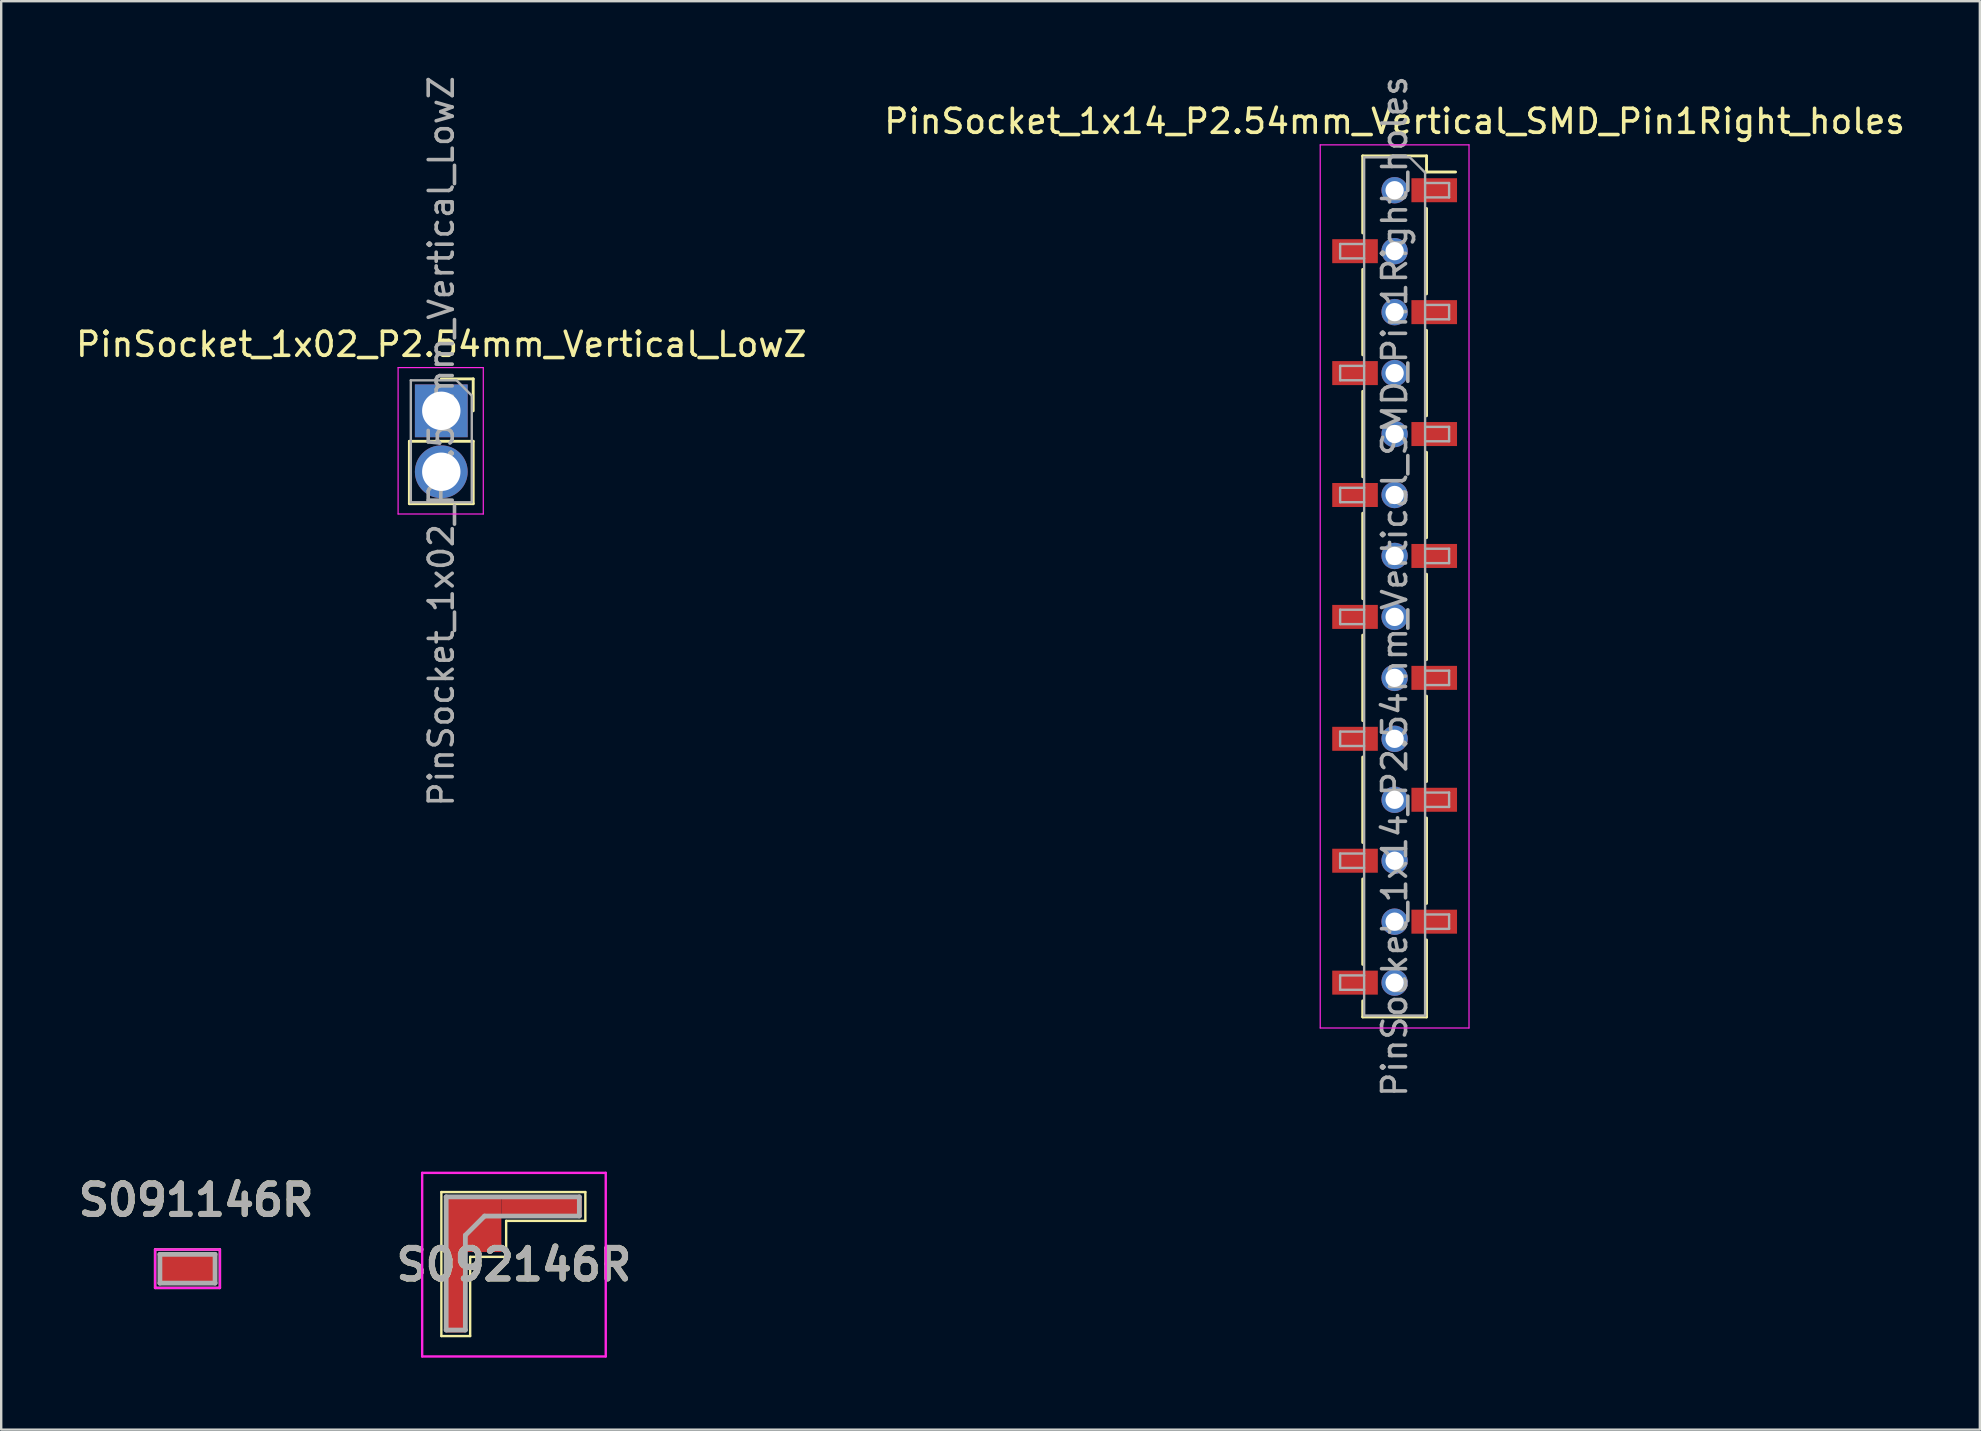
<source format=kicad_pcb>
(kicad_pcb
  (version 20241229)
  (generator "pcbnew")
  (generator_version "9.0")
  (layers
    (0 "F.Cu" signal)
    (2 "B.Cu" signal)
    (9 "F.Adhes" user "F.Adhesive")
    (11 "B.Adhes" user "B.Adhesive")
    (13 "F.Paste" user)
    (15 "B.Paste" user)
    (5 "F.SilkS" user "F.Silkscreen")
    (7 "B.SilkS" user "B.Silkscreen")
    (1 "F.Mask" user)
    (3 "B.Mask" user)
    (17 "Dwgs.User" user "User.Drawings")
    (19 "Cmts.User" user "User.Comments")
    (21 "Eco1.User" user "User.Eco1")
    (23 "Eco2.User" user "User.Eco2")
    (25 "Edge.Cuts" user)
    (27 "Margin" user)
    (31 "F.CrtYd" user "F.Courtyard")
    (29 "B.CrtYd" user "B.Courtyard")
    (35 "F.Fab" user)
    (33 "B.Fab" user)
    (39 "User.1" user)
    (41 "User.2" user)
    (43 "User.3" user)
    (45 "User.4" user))
  (footprint "PinSocket_1x14_P2.54mm_Vertical_SMD_Pin1Right_holes"
    (layer "F.Cu")
    (at 55.065 21.387)
    (property "Reference" "PinSocket_1x14_P2.54mm_Vertical_SMD_Pin1Right_holes" (at 0 -19.38 0) (layer "F.SilkS") (effects (font (size 1 1) (thickness 0.15))))
    (attr smd)
    (fp_line (start -1.33 -17.94) (end -1.33 -14.73) (stroke (width 0.12) (type solid)) (layer "F.SilkS"))
    (fp_line (start -1.33 -17.94) (end 1.33 -17.94) (stroke (width 0.12) (type solid)) (layer "F.SilkS"))
    (fp_line (start -1.33 -13.21) (end -1.33 -9.65) (stroke (width 0.12) (type solid)) (layer "F.SilkS"))
    (fp_line (start -1.33 -8.13) (end -1.33 -4.57) (stroke (width 0.12) (type solid)) (layer "F.SilkS"))
    (fp_line (start -1.33 -3.05) (end -1.33 0.51) (stroke (width 0.12) (type solid)) (layer "F.SilkS"))
    (fp_line (start -1.33 2.03) (end -1.33 5.59) (stroke (width 0.12) (type solid)) (layer "F.SilkS"))
    (fp_line (start -1.33 7.11) (end -1.33 10.67) (stroke (width 0.12) (type solid)) (layer "F.SilkS"))
    (fp_line (start -1.33 12.19) (end -1.33 15.75) (stroke (width 0.12) (type solid)) (layer "F.SilkS"))
    (fp_line (start -1.33 17.27) (end -1.33 17.94) (stroke (width 0.12) (type solid)) (layer "F.SilkS"))
    (fp_line (start -1.33 17.94) (end 1.33 17.94) (stroke (width 0.12) (type solid)) (layer "F.SilkS"))
    (fp_line (start 1.33 -17.94) (end 1.33 -17.27) (stroke (width 0.12) (type solid)) (layer "F.SilkS"))
    (fp_line (start 1.33 -17.27) (end 2.54 -17.27) (stroke (width 0.12) (type solid)) (layer "F.SilkS"))
    (fp_line (start 1.33 -15.75) (end 1.33 -12.19) (stroke (width 0.12) (type solid)) (layer "F.SilkS"))
    (fp_line (start 1.33 -10.67) (end 1.33 -7.11) (stroke (width 0.12) (type solid)) (layer "F.SilkS"))
    (fp_line (start 1.33 -5.59) (end 1.33 -2.03) (stroke (width 0.12) (type solid)) (layer "F.SilkS"))
    (fp_line (start 1.33 -0.51) (end 1.33 3.05) (stroke (width 0.12) (type solid)) (layer "F.SilkS"))
    (fp_line (start 1.33 4.57) (end 1.33 8.13) (stroke (width 0.12) (type solid)) (layer "F.SilkS"))
    (fp_line (start 1.33 9.65) (end 1.33 13.21) (stroke (width 0.12) (type solid)) (layer "F.SilkS"))
    (fp_line (start 1.33 14.73) (end 1.33 17.94) (stroke (width 0.12) (type solid)) (layer "F.SilkS"))
    (fp_line (start -3.1 -18.4) (end 3.1 -18.4) (stroke (width 0.05) (type solid)) (layer "F.CrtYd"))
    (fp_line (start -3.1 18.4) (end -3.1 -18.4) (stroke (width 0.05) (type solid)) (layer "F.CrtYd"))
    (fp_line (start 3.1 -18.4) (end 3.1 18.4) (stroke (width 0.05) (type solid)) (layer "F.CrtYd"))
    (fp_line (start 3.1 18.4) (end -3.1 18.4) (stroke (width 0.05) (type solid)) (layer "F.CrtYd"))
    (fp_line (start -2.27 -14.27) (end -1.27 -14.27) (stroke (width 0.1) (type solid)) (layer "F.Fab"))
    (fp_line (start -2.27 -13.67) (end -2.27 -14.27) (stroke (width 0.1) (type solid)) (layer "F.Fab"))
    (fp_line (start -2.27 -9.19) (end -1.27 -9.19) (stroke (width 0.1) (type solid)) (layer "F.Fab"))
    (fp_line (start -2.27 -8.59) (end -2.27 -9.19) (stroke (width 0.1) (type solid)) (layer "F.Fab"))
    (fp_line (start -2.27 -4.11) (end -1.27 -4.11) (stroke (width 0.1) (type solid)) (layer "F.Fab"))
    (fp_line (start -2.27 -3.51) (end -2.27 -4.11) (stroke (width 0.1) (type solid)) (layer "F.Fab"))
    (fp_line (start -2.27 0.97) (end -1.27 0.97) (stroke (width 0.1) (type solid)) (layer "F.Fab"))
    (fp_line (start -2.27 1.57) (end -2.27 0.97) (stroke (width 0.1) (type solid)) (layer "F.Fab"))
    (fp_line (start -2.27 6.05) (end -1.27 6.05) (stroke (width 0.1) (type solid)) (layer "F.Fab"))
    (fp_line (start -2.27 6.65) (end -2.27 6.05) (stroke (width 0.1) (type solid)) (layer "F.Fab"))
    (fp_line (start -2.27 11.13) (end -1.27 11.13) (stroke (width 0.1) (type solid)) (layer "F.Fab"))
    (fp_line (start -2.27 11.73) (end -2.27 11.13) (stroke (width 0.1) (type solid)) (layer "F.Fab"))
    (fp_line (start -2.27 16.21) (end -1.27 16.21) (stroke (width 0.1) (type solid)) (layer "F.Fab"))
    (fp_line (start -2.27 16.81) (end -2.27 16.21) (stroke (width 0.1) (type solid)) (layer "F.Fab"))
    (fp_line (start -1.27 -17.88) (end 0.635 -17.88) (stroke (width 0.1) (type solid)) (layer "F.Fab"))
    (fp_line (start -1.27 -13.67) (end -2.27 -13.67) (stroke (width 0.1) (type solid)) (layer "F.Fab"))
    (fp_line (start -1.27 -8.59) (end -2.27 -8.59) (stroke (width 0.1) (type solid)) (layer "F.Fab"))
    (fp_line (start -1.27 -3.51) (end -2.27 -3.51) (stroke (width 0.1) (type solid)) (layer "F.Fab"))
    (fp_line (start -1.27 1.57) (end -2.27 1.57) (stroke (width 0.1) (type solid)) (layer "F.Fab"))
    (fp_line (start -1.27 6.65) (end -2.27 6.65) (stroke (width 0.1) (type solid)) (layer "F.Fab"))
    (fp_line (start -1.27 11.73) (end -2.27 11.73) (stroke (width 0.1) (type solid)) (layer "F.Fab"))
    (fp_line (start -1.27 16.81) (end -2.27 16.81) (stroke (width 0.1) (type solid)) (layer "F.Fab"))
    (fp_line (start -1.27 17.88) (end -1.27 -17.88) (stroke (width 0.1) (type solid)) (layer "F.Fab"))
    (fp_line (start 0.635 -17.88) (end 1.27 -17.245) (stroke (width 0.1) (type solid)) (layer "F.Fab"))
    (fp_line (start 1.27 -17.245) (end 1.27 17.88) (stroke (width 0.1) (type solid)) (layer "F.Fab"))
    (fp_line (start 1.27 -16.81) (end 2.27 -16.81) (stroke (width 0.1) (type solid)) (layer "F.Fab"))
    (fp_line (start 1.27 -11.73) (end 2.27 -11.73) (stroke (width 0.1) (type solid)) (layer "F.Fab"))
    (fp_line (start 1.27 -6.65) (end 2.27 -6.65) (stroke (width 0.1) (type solid)) (layer "F.Fab"))
    (fp_line (start 1.27 -1.57) (end 2.27 -1.57) (stroke (width 0.1) (type solid)) (layer "F.Fab"))
    (fp_line (start 1.27 3.51) (end 2.27 3.51) (stroke (width 0.1) (type solid)) (layer "F.Fab"))
    (fp_line (start 1.27 8.59) (end 2.27 8.59) (stroke (width 0.1) (type solid)) (layer "F.Fab"))
    (fp_line (start 1.27 13.67) (end 2.27 13.67) (stroke (width 0.1) (type solid)) (layer "F.Fab"))
    (fp_line (start 1.27 17.88) (end -1.27 17.88) (stroke (width 0.1) (type solid)) (layer "F.Fab"))
    (fp_line (start 2.27 -16.81) (end 2.27 -16.21) (stroke (width 0.1) (type solid)) (layer "F.Fab"))
    (fp_line (start 2.27 -16.21) (end 1.27 -16.21) (stroke (width 0.1) (type solid)) (layer "F.Fab"))
    (fp_line (start 2.27 -11.73) (end 2.27 -11.13) (stroke (width 0.1) (type solid)) (layer "F.Fab"))
    (fp_line (start 2.27 -11.13) (end 1.27 -11.13) (stroke (width 0.1) (type solid)) (layer "F.Fab"))
    (fp_line (start 2.27 -6.65) (end 2.27 -6.05) (stroke (width 0.1) (type solid)) (layer "F.Fab"))
    (fp_line (start 2.27 -6.05) (end 1.27 -6.05) (stroke (width 0.1) (type solid)) (layer "F.Fab"))
    (fp_line (start 2.27 -1.57) (end 2.27 -0.97) (stroke (width 0.1) (type solid)) (layer "F.Fab"))
    (fp_line (start 2.27 -0.97) (end 1.27 -0.97) (stroke (width 0.1) (type solid)) (layer "F.Fab"))
    (fp_line (start 2.27 3.51) (end 2.27 4.11) (stroke (width 0.1) (type solid)) (layer "F.Fab"))
    (fp_line (start 2.27 4.11) (end 1.27 4.11) (stroke (width 0.1) (type solid)) (layer "F.Fab"))
    (fp_line (start 2.27 8.59) (end 2.27 9.19) (stroke (width 0.1) (type solid)) (layer "F.Fab"))
    (fp_line (start 2.27 9.19) (end 1.27 9.19) (stroke (width 0.1) (type solid)) (layer "F.Fab"))
    (fp_line (start 2.27 13.67) (end 2.27 14.27) (stroke (width 0.1) (type solid)) (layer "F.Fab"))
    (fp_line (start 2.27 14.27) (end 1.27 14.27) (stroke (width 0.1) (type solid)) (layer "F.Fab"))
    (fp_text user "${REFERENCE}" (at 0 0 90) (layer "F.Fab") (effects (font (size 1 1) (thickness 0.15))))
    (pad "" np_thru_hole circle (at 0 -16.51) (size 1.1 1.1) (drill 0.762) (layers "*.Cu" "*.Mask"))
    (pad "" np_thru_hole circle (at 0 -13.97) (size 1.1 1.1) (drill 0.762) (layers "*.Cu" "*.Mask"))
    (pad "" np_thru_hole circle (at 0 -11.43) (size 1.1 1.1) (drill 0.762) (layers "*.Cu" "*.Mask"))
    (pad "" np_thru_hole circle (at 0 -8.89) (size 1.1 1.1) (drill 0.762) (layers "*.Cu" "*.Mask"))
    (pad "" np_thru_hole circle (at 0 -6.35) (size 1.1 1.1) (drill 0.762) (layers "*.Cu" "*.Mask"))
    (pad "" np_thru_hole circle (at 0 -3.81) (size 1.1 1.1) (drill 0.762) (layers "*.Cu" "*.Mask"))
    (pad "" np_thru_hole circle (at 0 -1.27) (size 1.1 1.1) (drill 0.762) (layers "*.Cu" "*.Mask"))
    (pad "" np_thru_hole circle (at 0 1.27) (size 1.1 1.1) (drill 0.762) (layers "*.Cu" "*.Mask"))
    (pad "" np_thru_hole circle (at 0 3.81) (size 1.1 1.1) (drill 0.762) (layers "*.Cu" "*.Mask"))
    (pad "" np_thru_hole circle (at 0 6.35) (size 1.1 1.1) (drill 0.762) (layers "*.Cu" "*.Mask"))
    (pad "" np_thru_hole circle (at 0 8.89) (size 1.1 1.1) (drill 0.762) (layers "*.Cu" "*.Mask"))
    (pad "" np_thru_hole circle (at 0 11.43) (size 1.1 1.1) (drill 0.762) (layers "*.Cu" "*.Mask"))
    (pad "" np_thru_hole circle (at 0 13.97) (size 1.1 1.1) (drill 0.762) (layers "*.Cu" "*.Mask"))
    (pad "" np_thru_hole circle (at 0 16.51) (size 1.1 1.1) (drill 0.762) (layers "*.Cu" "*.Mask"))
    (pad "1" smd rect (at 1.65 -16.51) (size 1.9 1) (layers "F.Cu" "F.Mask" "F.Paste"))
    (pad "2" smd rect (at -1.65 -13.97) (size 1.9 1) (layers "F.Cu" "F.Mask" "F.Paste"))
    (pad "3" smd rect (at 1.65 -11.43) (size 1.9 1) (layers "F.Cu" "F.Mask" "F.Paste"))
    (pad "4" smd rect (at -1.65 -8.89) (size 1.9 1) (layers "F.Cu" "F.Mask" "F.Paste"))
    (pad "5" smd rect (at 1.65 -6.35) (size 1.9 1) (layers "F.Cu" "F.Mask" "F.Paste"))
    (pad "6" smd rect (at -1.65 -3.81) (size 1.9 1) (layers "F.Cu" "F.Mask" "F.Paste"))
    (pad "7" smd rect (at 1.65 -1.27) (size 1.9 1) (layers "F.Cu" "F.Mask" "F.Paste"))
    (pad "8" smd rect (at -1.65 1.27) (size 1.9 1) (layers "F.Cu" "F.Mask" "F.Paste"))
    (pad "9" smd rect (at 1.65 3.81) (size 1.9 1) (layers "F.Cu" "F.Mask" "F.Paste"))
    (pad "10" smd rect (at -1.65 6.35) (size 1.9 1) (layers "F.Cu" "F.Mask" "F.Paste"))
    (pad "11" smd rect (at 1.65 8.89) (size 1.9 1) (layers "F.Cu" "F.Mask" "F.Paste"))
    (pad "12" smd rect (at -1.65 11.43) (size 1.9 1) (layers "F.Cu" "F.Mask" "F.Paste"))
    (pad "13" smd rect (at 1.65 13.97) (size 1.9 1) (layers "F.Cu" "F.Mask" "F.Paste"))
    (pad "14" smd rect (at -1.65 16.51) (size 1.9 1) (layers "F.Cu" "F.Mask" "F.Paste")))
  (footprint "PinSocket_1x02_P2.54mm_Vertical_LowZ"
    (layer "F.Cu")
    (at 15.339 14.069)
    (property "Reference" "PinSocket_1x02_P2.54mm_Vertical_LowZ" (at 0 -2.77 0) (layer "F.SilkS") (effects (font (size 1 1) (thickness 0.15))))
    (attr through_hole)
    (fp_line (start -1.33 1.27) (end -1.33 3.87) (stroke (width 0.12) (type solid)) (layer "F.SilkS"))
    (fp_line (start -1.33 1.27) (end 1.33 1.27) (stroke (width 0.12) (type solid)) (layer "F.SilkS"))
    (fp_line (start -1.33 3.87) (end 1.33 3.87) (stroke (width 0.12) (type solid)) (layer "F.SilkS"))
    (fp_line (start 0 -1.33) (end 1.33 -1.33) (stroke (width 0.12) (type solid)) (layer "F.SilkS"))
    (fp_line (start 1.33 -1.33) (end 1.33 0) (stroke (width 0.12) (type solid)) (layer "F.SilkS"))
    (fp_line (start 1.33 1.27) (end 1.33 3.87) (stroke (width 0.12) (type solid)) (layer "F.SilkS"))
    (fp_line (start -1.8 -1.8) (end 1.75 -1.8) (stroke (width 0.05) (type solid)) (layer "F.CrtYd"))
    (fp_line (start -1.8 4.3) (end -1.8 -1.8) (stroke (width 0.05) (type solid)) (layer "F.CrtYd"))
    (fp_line (start 1.75 -1.8) (end 1.75 4.3) (stroke (width 0.05) (type solid)) (layer "F.CrtYd"))
    (fp_line (start 1.75 4.3) (end -1.8 4.3) (stroke (width 0.05) (type solid)) (layer "F.CrtYd"))
    (fp_line (start -1.27 -1.27) (end 0.635 -1.27) (stroke (width 0.1) (type solid)) (layer "F.Fab"))
    (fp_line (start -1.27 3.81) (end -1.27 -1.27) (stroke (width 0.1) (type solid)) (layer "F.Fab"))
    (fp_line (start 0.635 -1.27) (end 1.27 -0.635) (stroke (width 0.1) (type solid)) (layer "F.Fab"))
    (fp_line (start 1.27 -0.635) (end 1.27 3.81) (stroke (width 0.1) (type solid)) (layer "F.Fab"))
    (fp_line (start 1.27 3.81) (end -1.27 3.81) (stroke (width 0.1) (type solid)) (layer "F.Fab"))
    (fp_text user "${REFERENCE}" (at 0 1.27 90) (layer "F.Fab") (effects (font (size 1 1) (thickness 0.15))))
    (pad "1" thru_hole rect (at 0 0) (size 2.2 2.2) (drill 1.6) (layers "*.Cu" "*.Mask"))
    (pad "2" thru_hole oval (at 0 2.54) (size 2.2 2.2) (drill 1.6) (layers "*.Cu" "*.Mask")))
  (footprint "S091146R"
    (layer "F.Cu")
    (at 4.763 49.819)
    (property "Reference" "S091146R" (at 0.359 -2.856 0) (layer "F.SilkS") (effects (font (size 1.27 1.27) (thickness 0.254))))
    (attr smd)
    (fp_line (start -1.35 -0.8) (end 1.35 -0.8) (stroke (width 0.1) (type solid)) (layer "F.SilkS"))
    (fp_line (start -1.35 0.8) (end -1.35 -0.8) (stroke (width 0.1) (type solid)) (layer "F.SilkS"))
    (fp_line (start 1.35 -0.8) (end 1.35 0.8) (stroke (width 0.1) (type solid)) (layer "F.SilkS"))
    (fp_line (start 1.35 0.8) (end -1.35 0.8) (stroke (width 0.1) (type solid)) (layer "F.SilkS"))
    (fp_line (start -1.35 -0.8) (end 1.35 -0.8) (stroke (width 0.1) (type solid)) (layer "F.CrtYd"))
    (fp_line (start -1.35 0.8) (end -1.35 -0.8) (stroke (width 0.1) (type solid)) (layer "F.CrtYd"))
    (fp_line (start 1.35 -0.8) (end 1.35 0.8) (stroke (width 0.1) (type solid)) (layer "F.CrtYd"))
    (fp_line (start 1.35 0.8) (end -1.35 0.8) (stroke (width 0.1) (type solid)) (layer "F.CrtYd"))
    (fp_line (start -1.15 -0.6) (end 1.15 -0.6) (stroke (width 0.2) (type solid)) (layer "F.Fab"))
    (fp_line (start -1.15 0.6) (end -1.15 -0.6) (stroke (width 0.2) (type solid)) (layer "F.Fab"))
    (fp_line (start 1.15 -0.6) (end 1.15 0.6) (stroke (width 0.2) (type solid)) (layer "F.Fab"))
    (fp_line (start 1.15 0.6) (end -1.15 0.6) (stroke (width 0.2) (type solid)) (layer "F.Fab"))
    (fp_text user "${REFERENCE}" (at 0.359 -2.856 0) (layer "F.Fab") (effects (font (size 1.27 1.27) (thickness 0.254))))
    (pad "1" smd rect (at 0 0 90) (size 1.2 2.3) (layers "F.Cu" "F.Mask" "F.Paste")))
  (footprint "S092146R"
    (layer "F.Cu")
    (at 15.542 46.824)
    (property "Reference" "S092146R" (at 2.825 2.825 0) (layer "F.SilkS") (effects (font (size 1.27 1.27) (thickness 0.254))))
    (attr smd)
    (fp_line (start -0.2 -0.2) (end -0.2 5.8) (stroke (width 0.1) (type solid)) (layer "F.SilkS"))
    (fp_line (start -0.2 5.8) (end 1 5.8) (stroke (width 0.1) (type solid)) (layer "F.SilkS"))
    (fp_line (start 1 2.5) (end 2.5 2.5) (stroke (width 0.1) (type solid)) (layer "F.SilkS"))
    (fp_line (start 1 5.8) (end 1 2.5) (stroke (width 0.1) (type solid)) (layer "F.SilkS"))
    (fp_line (start 2.5 1) (end 5.8 1) (stroke (width 0.1) (type solid)) (layer "F.SilkS"))
    (fp_line (start 2.5 2.5) (end 2.5 1) (stroke (width 0.1) (type solid)) (layer "F.SilkS"))
    (fp_line (start 5.8 -0.2) (end -0.2 -0.2) (stroke (width 0.1) (type solid)) (layer "F.SilkS"))
    (fp_line (start 5.8 1) (end 5.8 -0.2) (stroke (width 0.1) (type solid)) (layer "F.SilkS"))
    (fp_line (start -1 -1) (end 6.65 -1) (stroke (width 0.1) (type solid)) (layer "F.CrtYd"))
    (fp_line (start -1 6.65) (end -1 -1) (stroke (width 0.1) (type solid)) (layer "F.CrtYd"))
    (fp_line (start 6.65 -1) (end 6.65 6.65) (stroke (width 0.1) (type solid)) (layer "F.CrtYd"))
    (fp_line (start 6.65 6.65) (end -1 6.65) (stroke (width 0.1) (type solid)) (layer "F.CrtYd"))
    (fp_line (start 0 0) (end 5.55 0) (stroke (width 0.2) (type solid)) (layer "F.Fab"))
    (fp_line (start 0 5.55) (end 0 0) (stroke (width 0.2) (type solid)) (layer "F.Fab"))
    (fp_line (start 0.8 1.6) (end 0.8 5.55) (stroke (width 0.2) (type solid)) (layer "F.Fab"))
    (fp_line (start 0.8 5.55) (end 0 5.55) (stroke (width 0.2) (type solid)) (layer "F.Fab"))
    (fp_line (start 1.6 0.8) (end 0.8 1.6) (stroke (width 0.2) (type solid)) (layer "F.Fab"))
    (fp_line (start 5.55 0) (end 5.55 0.8) (stroke (width 0.2) (type solid)) (layer "F.Fab"))
    (fp_line (start 5.55 0.8) (end 1.6 0.8) (stroke (width 0.2) (type solid)) (layer "F.Fab"))
    (fp_text user "${REFERENCE}" (at 2.825 2.825 0) (layer "F.Fab") (effects (font (size 1.27 1.27) (thickness 0.254))))
    (pad "1" smd rect (at 0.4 3.975) (size 0.8 3.35) (layers "F.Cu" "F.Mask" "F.Paste"))
    (pad "2" smd rect (at 1.15 1.15) (size 2.3 2.3) (layers "F.Cu" "F.Mask" "F.Paste"))
    (pad "3" smd rect (at 3.975 0.4 90) (size 0.8 3.35) (layers "F.Cu" "F.Mask" "F.Paste")))
  (gr_rect
    (start -3 -3)
    (end 79.452 56.524)
    (stroke (width 0.1) (type default))
    (fill no)
    (layer "Edge.Cuts")))
</source>
